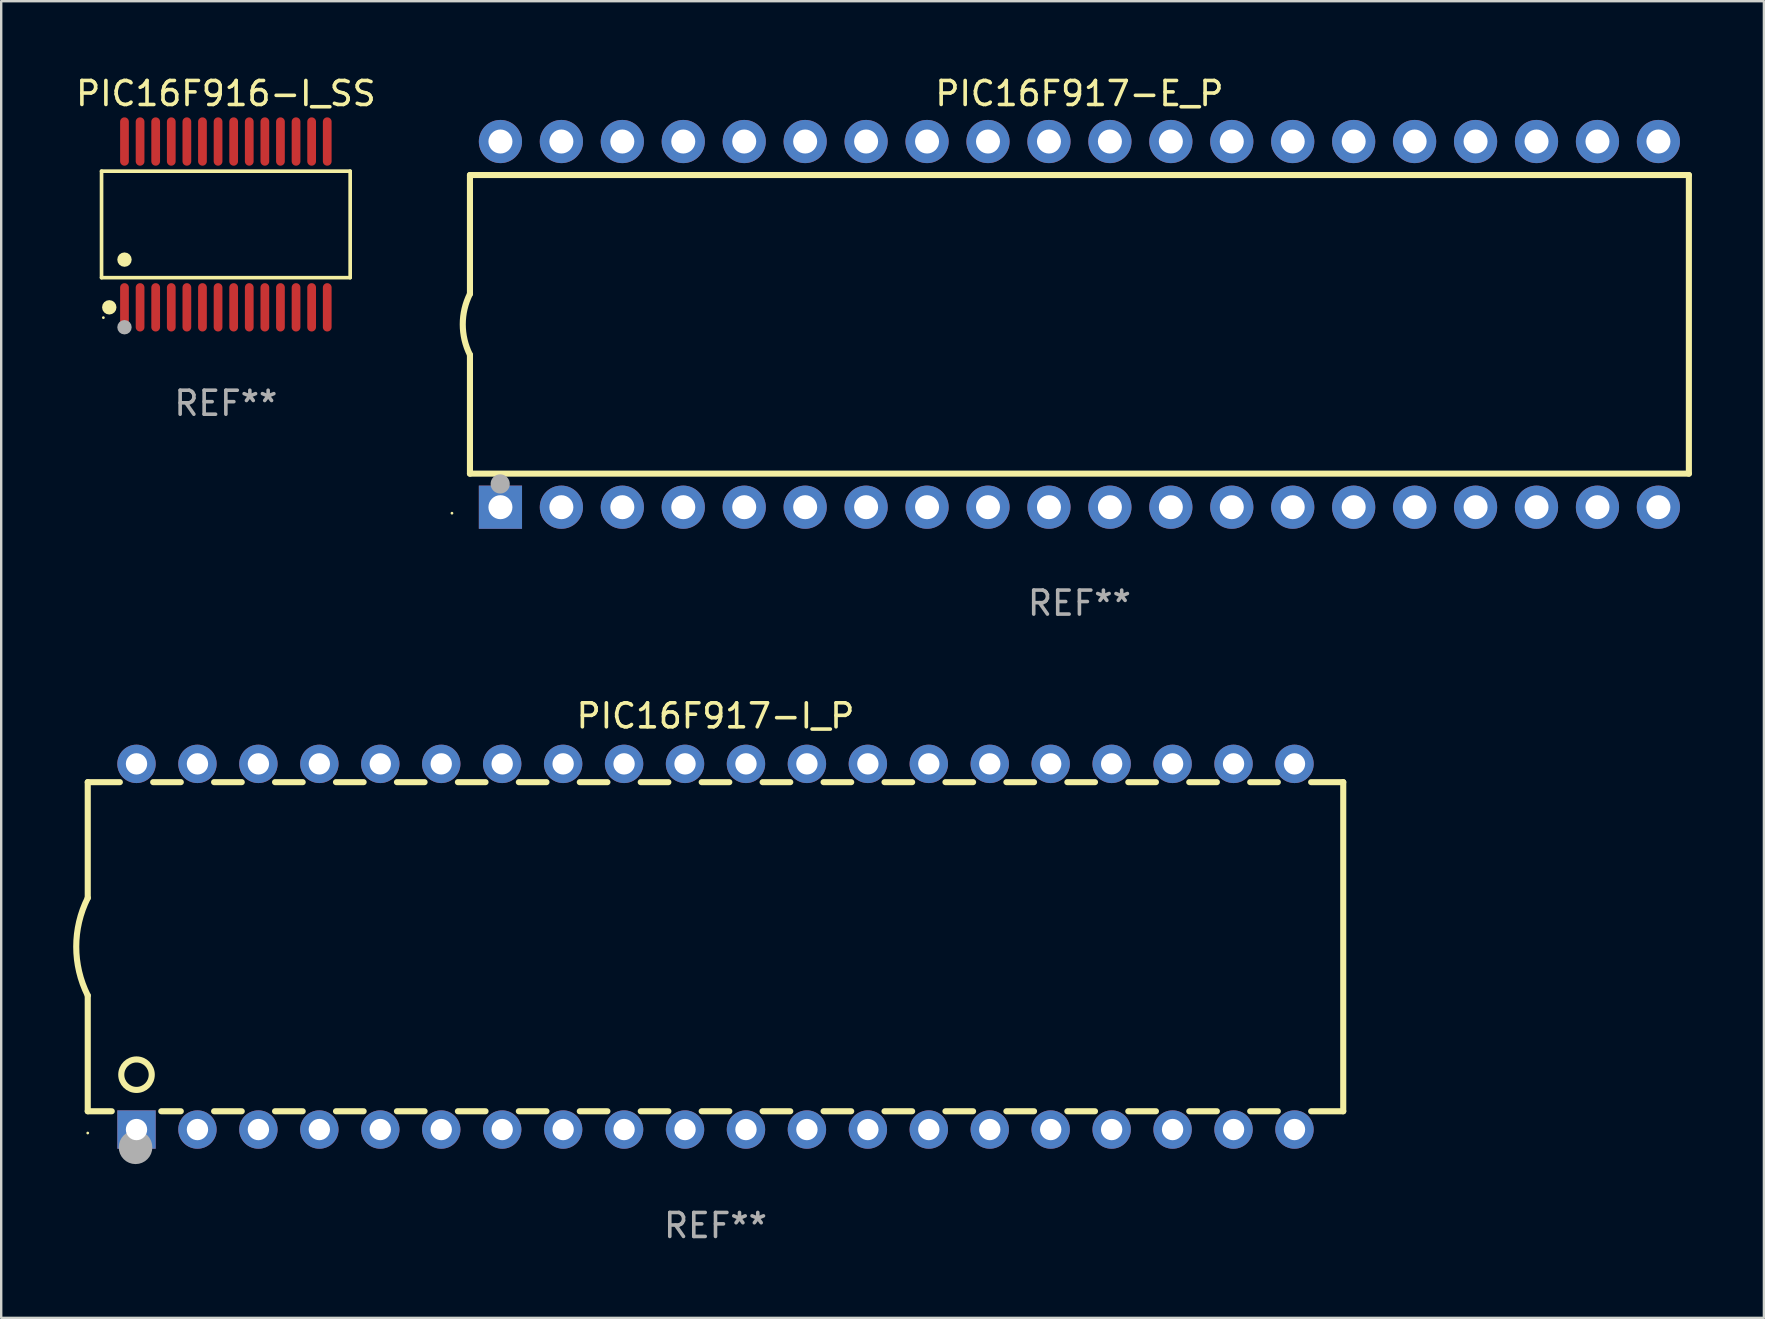
<source format=kicad_pcb>
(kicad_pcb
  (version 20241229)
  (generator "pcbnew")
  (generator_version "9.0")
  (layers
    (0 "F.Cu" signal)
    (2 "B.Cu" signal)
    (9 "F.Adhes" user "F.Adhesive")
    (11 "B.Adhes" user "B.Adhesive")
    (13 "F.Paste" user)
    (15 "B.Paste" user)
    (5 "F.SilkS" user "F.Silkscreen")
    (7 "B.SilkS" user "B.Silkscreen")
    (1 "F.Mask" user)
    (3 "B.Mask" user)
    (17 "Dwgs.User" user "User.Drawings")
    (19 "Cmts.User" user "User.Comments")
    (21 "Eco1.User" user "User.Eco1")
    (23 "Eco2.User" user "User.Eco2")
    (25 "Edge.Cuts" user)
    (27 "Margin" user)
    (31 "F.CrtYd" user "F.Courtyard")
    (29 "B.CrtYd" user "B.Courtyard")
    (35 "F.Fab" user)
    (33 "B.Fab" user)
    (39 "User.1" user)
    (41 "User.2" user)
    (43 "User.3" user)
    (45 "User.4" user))
  (footprint "PIC16F916-I_SS"
    (layer "F.Cu")
    (at 6.363 6.303)
    (property "Reference" "PIC16F916-I_SS" (at 0 -5.455 0) (layer "F.SilkS") (effects (font (size 1 1) (thickness 0.15))))
    (attr through_hole)
    (fp_line (start -5.181 -2.219) (end 5.181 -2.219) (stroke (width 0.152) (type solid)) (layer "F.SilkS"))
    (fp_line (start -5.181 2.219) (end -5.181 -2.219) (stroke (width 0.152) (type solid)) (layer "F.SilkS"))
    (fp_line (start 5.181 -2.219) (end 5.181 2.219) (stroke (width 0.152) (type solid)) (layer "F.SilkS"))
    (fp_line (start 5.181 2.219) (end -5.181 2.219) (stroke (width 0.152) (type solid)) (layer "F.SilkS"))
    (fp_circle (center -5.105 3.885) (end -5.075 3.885) (stroke (width 0.06) (type solid)) (fill no) (layer "F.SilkS"))
    (fp_circle (center -4.859 3.455) (end -4.709 3.455) (stroke (width 0.3) (type solid)) (fill no) (layer "F.SilkS"))
    (fp_circle (center -4.225 1.467) (end -4.075 1.467) (stroke (width 0.3) (type solid)) (fill no) (layer "F.SilkS"))
    (fp_circle (center -4.225 4.285) (end -4.075 4.285) (stroke (width 0.3) (type solid)) (fill no) (layer "F.Fab"))
    (fp_text user "REF**" (at 0 7.455 0) (layer "F.Fab") (effects (font (size 1 1) (thickness 0.15))))
    (pad "1" smd oval (at -4.225 3.455) (size 0.364 2.015) (layers "F.Cu" "F.Mask" "F.Paste"))
    (pad "2" smd oval (at -3.575 3.455) (size 0.364 2.015) (layers "F.Cu" "F.Mask" "F.Paste"))
    (pad "3" smd oval (at -2.925 3.455) (size 0.364 2.015) (layers "F.Cu" "F.Mask" "F.Paste"))
    (pad "4" smd oval (at -2.275 3.455) (size 0.364 2.015) (layers "F.Cu" "F.Mask" "F.Paste"))
    (pad "5" smd oval (at -1.625 3.455) (size 0.364 2.015) (layers "F.Cu" "F.Mask" "F.Paste"))
    (pad "6" smd oval (at -0.975 3.455) (size 0.364 2.015) (layers "F.Cu" "F.Mask" "F.Paste"))
    (pad "7" smd oval (at -0.325 3.455) (size 0.364 2.015) (layers "F.Cu" "F.Mask" "F.Paste"))
    (pad "8" smd oval (at 0.325 3.455) (size 0.364 2.015) (layers "F.Cu" "F.Mask" "F.Paste"))
    (pad "9" smd oval (at 0.975 3.455) (size 0.364 2.015) (layers "F.Cu" "F.Mask" "F.Paste"))
    (pad "10" smd oval (at 1.625 3.455) (size 0.364 2.015) (layers "F.Cu" "F.Mask" "F.Paste"))
    (pad "11" smd oval (at 2.275 3.455) (size 0.364 2.015) (layers "F.Cu" "F.Mask" "F.Paste"))
    (pad "12" smd oval (at 2.925 3.455) (size 0.364 2.015) (layers "F.Cu" "F.Mask" "F.Paste"))
    (pad "13" smd oval (at 3.575 3.455) (size 0.364 2.015) (layers "F.Cu" "F.Mask" "F.Paste"))
    (pad "14" smd oval (at 4.225 3.455) (size 0.364 2.015) (layers "F.Cu" "F.Mask" "F.Paste"))
    (pad "15" smd oval (at 4.225 -3.455) (size 0.364 2.015) (layers "F.Cu" "F.Mask" "F.Paste"))
    (pad "16" smd oval (at 3.575 -3.455) (size 0.364 2.015) (layers "F.Cu" "F.Mask" "F.Paste"))
    (pad "17" smd oval (at 2.925 -3.455) (size 0.364 2.015) (layers "F.Cu" "F.Mask" "F.Paste"))
    (pad "18" smd oval (at 2.275 -3.455) (size 0.364 2.015) (layers "F.Cu" "F.Mask" "F.Paste"))
    (pad "19" smd oval (at 1.625 -3.455) (size 0.364 2.015) (layers "F.Cu" "F.Mask" "F.Paste"))
    (pad "20" smd oval (at 0.975 -3.455) (size 0.364 2.015) (layers "F.Cu" "F.Mask" "F.Paste"))
    (pad "21" smd oval (at 0.325 -3.455) (size 0.364 2.015) (layers "F.Cu" "F.Mask" "F.Paste"))
    (pad "22" smd oval (at -0.325 -3.455) (size 0.364 2.015) (layers "F.Cu" "F.Mask" "F.Paste"))
    (pad "23" smd oval (at -0.975 -3.455) (size 0.364 2.015) (layers "F.Cu" "F.Mask" "F.Paste"))
    (pad "24" smd oval (at -1.625 -3.455) (size 0.364 2.015) (layers "F.Cu" "F.Mask" "F.Paste"))
    (pad "25" smd oval (at -2.275 -3.455) (size 0.364 2.015) (layers "F.Cu" "F.Mask" "F.Paste"))
    (pad "26" smd oval (at -2.925 -3.455) (size 0.364 2.015) (layers "F.Cu" "F.Mask" "F.Paste"))
    (pad "27" smd oval (at -3.575 -3.455) (size 0.364 2.015) (layers "F.Cu" "F.Mask" "F.Paste"))
    (pad "28" smd oval (at -4.225 -3.455) (size 0.364 2.015) (layers "F.Cu" "F.Mask" "F.Paste")))
  (footprint "PIC16F917-I_P"
    (layer "F.Cu")
    (at 26.769 36.405)
    (property "Reference" "PIC16F917-I_P" (at 0 -9.62 0) (layer "F.SilkS") (effects (font (size 1 1) (thickness 0.15))))
    (attr through_hole)
    (fp_line (start -26.162 -6.858) (end -26.162 -2.032) (stroke (width 0.254) (type solid)) (layer "F.SilkS"))
    (fp_line (start -26.162 6.858) (end -26.162 2.032) (stroke (width 0.254) (type solid)) (layer "F.SilkS"))
    (fp_line (start -26.162 6.858) (end -25.161 6.858) (stroke (width 0.254) (type solid)) (layer "F.SilkS"))
    (fp_line (start -24.824 -6.858) (end -26.162 -6.858) (stroke (width 0.254) (type solid)) (layer "F.SilkS"))
    (fp_line (start -23.099 6.858) (end -22.284 6.858) (stroke (width 0.254) (type solid)) (layer "F.SilkS"))
    (fp_line (start -22.284 -6.858) (end -23.436 -6.858) (stroke (width 0.254) (type solid)) (layer "F.SilkS"))
    (fp_line (start -20.896 6.858) (end -19.744 6.858) (stroke (width 0.254) (type solid)) (layer "F.SilkS"))
    (fp_line (start -19.744 -6.858) (end -20.896 -6.858) (stroke (width 0.254) (type solid)) (layer "F.SilkS"))
    (fp_line (start -18.356 6.858) (end -17.204 6.858) (stroke (width 0.254) (type solid)) (layer "F.SilkS"))
    (fp_line (start -17.204 -6.858) (end -18.356 -6.858) (stroke (width 0.254) (type solid)) (layer "F.SilkS"))
    (fp_line (start -15.816 6.858) (end -14.664 6.858) (stroke (width 0.254) (type solid)) (layer "F.SilkS"))
    (fp_line (start -14.664 -6.858) (end -15.816 -6.858) (stroke (width 0.254) (type solid)) (layer "F.SilkS"))
    (fp_line (start -13.276 6.858) (end -12.124 6.858) (stroke (width 0.254) (type solid)) (layer "F.SilkS"))
    (fp_line (start -12.124 -6.858) (end -13.276 -6.858) (stroke (width 0.254) (type solid)) (layer "F.SilkS"))
    (fp_line (start -10.736 6.858) (end -9.584 6.858) (stroke (width 0.254) (type solid)) (layer "F.SilkS"))
    (fp_line (start -9.584 -6.858) (end -10.736 -6.858) (stroke (width 0.254) (type solid)) (layer "F.SilkS"))
    (fp_line (start -8.196 6.858) (end -7.044 6.858) (stroke (width 0.254) (type solid)) (layer "F.SilkS"))
    (fp_line (start -7.044 -6.858) (end -8.196 -6.858) (stroke (width 0.254) (type solid)) (layer "F.SilkS"))
    (fp_line (start -5.656 6.858) (end -4.504 6.858) (stroke (width 0.254) (type solid)) (layer "F.SilkS"))
    (fp_line (start -4.504 -6.858) (end -5.656 -6.858) (stroke (width 0.254) (type solid)) (layer "F.SilkS"))
    (fp_line (start -3.116 6.858) (end -1.964 6.858) (stroke (width 0.254) (type solid)) (layer "F.SilkS"))
    (fp_line (start -1.964 -6.858) (end -3.116 -6.858) (stroke (width 0.254) (type solid)) (layer "F.SilkS"))
    (fp_line (start -0.576 6.858) (end 0.576 6.858) (stroke (width 0.254) (type solid)) (layer "F.SilkS"))
    (fp_line (start 0.576 -6.858) (end -0.576 -6.858) (stroke (width 0.254) (type solid)) (layer "F.SilkS"))
    (fp_line (start 1.964 6.858) (end 3.116 6.858) (stroke (width 0.254) (type solid)) (layer "F.SilkS"))
    (fp_line (start 3.116 -6.858) (end 1.964 -6.858) (stroke (width 0.254) (type solid)) (layer "F.SilkS"))
    (fp_line (start 4.504 6.858) (end 5.656 6.858) (stroke (width 0.254) (type solid)) (layer "F.SilkS"))
    (fp_line (start 5.656 -6.858) (end 4.504 -6.858) (stroke (width 0.254) (type solid)) (layer "F.SilkS"))
    (fp_line (start 7.044 6.858) (end 8.196 6.858) (stroke (width 0.254) (type solid)) (layer "F.SilkS"))
    (fp_line (start 8.196 -6.858) (end 7.044 -6.858) (stroke (width 0.254) (type solid)) (layer "F.SilkS"))
    (fp_line (start 9.584 6.858) (end 10.736 6.858) (stroke (width 0.254) (type solid)) (layer "F.SilkS"))
    (fp_line (start 10.736 -6.858) (end 9.584 -6.858) (stroke (width 0.254) (type solid)) (layer "F.SilkS"))
    (fp_line (start 12.124 6.858) (end 13.276 6.858) (stroke (width 0.254) (type solid)) (layer "F.SilkS"))
    (fp_line (start 13.276 -6.858) (end 12.124 -6.858) (stroke (width 0.254) (type solid)) (layer "F.SilkS"))
    (fp_line (start 14.664 6.858) (end 15.816 6.858) (stroke (width 0.254) (type solid)) (layer "F.SilkS"))
    (fp_line (start 15.816 -6.858) (end 14.664 -6.858) (stroke (width 0.254) (type solid)) (layer "F.SilkS"))
    (fp_line (start 17.204 6.858) (end 18.356 6.858) (stroke (width 0.254) (type solid)) (layer "F.SilkS"))
    (fp_line (start 18.356 -6.858) (end 17.204 -6.858) (stroke (width 0.254) (type solid)) (layer "F.SilkS"))
    (fp_line (start 19.744 6.858) (end 20.896 6.858) (stroke (width 0.254) (type solid)) (layer "F.SilkS"))
    (fp_line (start 20.896 -6.858) (end 19.744 -6.858) (stroke (width 0.254) (type solid)) (layer "F.SilkS"))
    (fp_line (start 22.284 6.858) (end 23.436 6.858) (stroke (width 0.254) (type solid)) (layer "F.SilkS"))
    (fp_line (start 23.436 -6.858) (end 22.284 -6.858) (stroke (width 0.254) (type solid)) (layer "F.SilkS"))
    (fp_line (start 24.824 6.858) (end 26.162 6.858) (stroke (width 0.254) (type solid)) (layer "F.SilkS"))
    (fp_line (start 26.162 -6.858) (end 24.824 -6.858) (stroke (width 0.254) (type solid)) (layer "F.SilkS"))
    (fp_line (start 26.162 -6.858) (end 26.162 6.858) (stroke (width 0.254) (type solid)) (layer "F.SilkS"))
    (fp_arc (start -26.162052 2.032004) (mid -26.641743 0) (end -26.162052 -2.032004) (stroke (width 0.254001) (type solid)) (layer "F.SilkS"))
    (fp_circle (center -26.162 7.765) (end -26.132 7.765) (stroke (width 0.06) (type solid)) (fill no) (layer "F.SilkS"))
    (fp_circle (center -24.13 5.334) (end -23.495 5.334) (stroke (width 0.254) (type solid)) (fill no) (layer "F.SilkS"))
    (fp_circle (center -24.17 8.36) (end -23.82 8.36) (stroke (width 0.7) (type solid)) (fill no) (layer "F.Fab"))
    (fp_text user "REF**" (at 0 11.62 0) (layer "F.Fab") (effects (font (size 1 1) (thickness 0.15))))
    (pad "1" thru_hole rect (at -24.13 7.62) (size 1.6 1.6) (drill 0.889) (layers "*.Cu" "*.Mask"))
    (pad "2" thru_hole circle (at -21.59 7.62) (size 1.6 1.6) (drill 0.889) (layers "*.Cu" "*.Mask"))
    (pad "3" thru_hole circle (at -19.05 7.62) (size 1.6 1.6) (drill 0.889) (layers "*.Cu" "*.Mask"))
    (pad "4" thru_hole circle (at -16.51 7.62) (size 1.6 1.6) (drill 0.889) (layers "*.Cu" "*.Mask"))
    (pad "5" thru_hole circle (at -13.97 7.62) (size 1.6 1.6) (drill 0.889) (layers "*.Cu" "*.Mask"))
    (pad "6" thru_hole circle (at -11.43 7.62) (size 1.6 1.6) (drill 0.889) (layers "*.Cu" "*.Mask"))
    (pad "7" thru_hole circle (at -8.89 7.62) (size 1.6 1.6) (drill 0.889) (layers "*.Cu" "*.Mask"))
    (pad "8" thru_hole circle (at -6.35 7.62) (size 1.6 1.6) (drill 0.889) (layers "*.Cu" "*.Mask"))
    (pad "9" thru_hole circle (at -3.81 7.62) (size 1.6 1.6) (drill 0.889) (layers "*.Cu" "*.Mask"))
    (pad "10" thru_hole circle (at -1.27 7.62) (size 1.6 1.6) (drill 0.889) (layers "*.Cu" "*.Mask"))
    (pad "11" thru_hole circle (at 1.27 7.62) (size 1.6 1.6) (drill 0.889) (layers "*.Cu" "*.Mask"))
    (pad "12" thru_hole circle (at 3.81 7.62) (size 1.6 1.6) (drill 0.889) (layers "*.Cu" "*.Mask"))
    (pad "13" thru_hole circle (at 6.35 7.62) (size 1.6 1.6) (drill 0.889) (layers "*.Cu" "*.Mask"))
    (pad "14" thru_hole circle (at 8.89 7.62) (size 1.6 1.6) (drill 0.889) (layers "*.Cu" "*.Mask"))
    (pad "15" thru_hole circle (at 11.43 7.62) (size 1.6 1.6) (drill 0.889) (layers "*.Cu" "*.Mask"))
    (pad "16" thru_hole circle (at 13.97 7.62) (size 1.6 1.6) (drill 0.889) (layers "*.Cu" "*.Mask"))
    (pad "17" thru_hole circle (at 16.51 7.62) (size 1.6 1.6) (drill 0.889) (layers "*.Cu" "*.Mask"))
    (pad "18" thru_hole circle (at 19.05 7.62) (size 1.6 1.6) (drill 0.889) (layers "*.Cu" "*.Mask"))
    (pad "19" thru_hole circle (at 21.59 7.62) (size 1.6 1.6) (drill 0.889) (layers "*.Cu" "*.Mask"))
    (pad "20" thru_hole circle (at 24.13 7.62) (size 1.6 1.6) (drill 0.889) (layers "*.Cu" "*.Mask"))
    (pad "21" thru_hole circle (at 24.13 -7.62) (size 1.6 1.6) (drill 0.889) (layers "*.Cu" "*.Mask"))
    (pad "22" thru_hole circle (at 21.59 -7.62) (size 1.6 1.6) (drill 0.889) (layers "*.Cu" "*.Mask"))
    (pad "23" thru_hole circle (at 19.05 -7.62) (size 1.6 1.6) (drill 0.889) (layers "*.Cu" "*.Mask"))
    (pad "24" thru_hole circle (at 16.51 -7.62) (size 1.6 1.6) (drill 0.889) (layers "*.Cu" "*.Mask"))
    (pad "25" thru_hole circle (at 13.97 -7.62) (size 1.6 1.6) (drill 0.889) (layers "*.Cu" "*.Mask"))
    (pad "26" thru_hole circle (at 11.43 -7.62) (size 1.6 1.6) (drill 0.889) (layers "*.Cu" "*.Mask"))
    (pad "27" thru_hole circle (at 8.89 -7.62) (size 1.6 1.6) (drill 0.889) (layers "*.Cu" "*.Mask"))
    (pad "28" thru_hole circle (at 6.35 -7.62) (size 1.6 1.6) (drill 0.889) (layers "*.Cu" "*.Mask"))
    (pad "29" thru_hole circle (at 3.81 -7.62) (size 1.6 1.6) (drill 0.889) (layers "*.Cu" "*.Mask"))
    (pad "30" thru_hole circle (at 1.27 -7.62) (size 1.6 1.6) (drill 0.889) (layers "*.Cu" "*.Mask"))
    (pad "31" thru_hole circle (at -1.27 -7.62) (size 1.6 1.6) (drill 0.889) (layers "*.Cu" "*.Mask"))
    (pad "32" thru_hole circle (at -3.81 -7.62) (size 1.6 1.6) (drill 0.889) (layers "*.Cu" "*.Mask"))
    (pad "33" thru_hole circle (at -6.35 -7.62) (size 1.6 1.6) (drill 0.889) (layers "*.Cu" "*.Mask"))
    (pad "34" thru_hole circle (at -8.89 -7.62) (size 1.6 1.6) (drill 0.889) (layers "*.Cu" "*.Mask"))
    (pad "35" thru_hole circle (at -11.43 -7.62) (size 1.6 1.6) (drill 0.889) (layers "*.Cu" "*.Mask"))
    (pad "36" thru_hole circle (at -13.97 -7.62) (size 1.6 1.6) (drill 0.889) (layers "*.Cu" "*.Mask"))
    (pad "37" thru_hole circle (at -16.51 -7.62) (size 1.6 1.6) (drill 0.889) (layers "*.Cu" "*.Mask"))
    (pad "38" thru_hole circle (at -19.05 -7.62) (size 1.6 1.6) (drill 0.889) (layers "*.Cu" "*.Mask"))
    (pad "39" thru_hole circle (at -21.59 -7.62) (size 1.6 1.6) (drill 0.889) (layers "*.Cu" "*.Mask"))
    (pad "40" thru_hole circle (at -24.13 -7.62) (size 1.6 1.6) (drill 0.889) (layers "*.Cu" "*.Mask")))
  (footprint "PIC16F917-E_P"
    (layer "F.Cu")
    (at 41.936 10.468)
    (property "Reference" "PIC16F917-E_P" (at 0 -9.62 0) (layer "F.SilkS") (effects (font (size 1 1) (thickness 0.15))))
    (attr through_hole)
    (fp_line (start -25.4 -6.224) (end -25.4 -1.271) (stroke (width 0.254) (type solid)) (layer "F.SilkS"))
    (fp_line (start -25.4 -6.224) (end 25.4 -6.224) (stroke (width 0.254) (type solid)) (layer "F.SilkS"))
    (fp_line (start -25.4 1.269) (end -25.4 6.222) (stroke (width 0.254) (type solid)) (layer "F.SilkS"))
    (fp_line (start -25.4 6.222) (end 25.4 6.222) (stroke (width 0.254) (type solid)) (layer "F.SilkS"))
    (fp_line (start 25.4 6.222) (end 25.4 -6.224) (stroke (width 0.254) (type solid)) (layer "F.SilkS"))
    (fp_arc (start -25.4 1.269241) (mid -25.699807 -0.000762) (end -25.4 -1.270765) (stroke (width 0.254001) (type solid)) (layer "F.SilkS"))
    (fp_circle (center -26.15 7.87) (end -26.12 7.87) (stroke (width 0.06) (type solid)) (fill no) (layer "F.SilkS"))
    (fp_circle (center -24.14 6.65) (end -23.94 6.65) (stroke (width 0.4) (type solid)) (fill no) (layer "F.Fab"))
    (fp_text user "REF**" (at 0 11.62 0) (layer "F.Fab") (effects (font (size 1 1) (thickness 0.15))))
    (pad "1" thru_hole rect (at -24.13 7.62 90) (size 1.8 1.8) (drill 1) (layers "*.Cu" "*.Mask"))
    (pad "2" thru_hole circle (at -21.59 7.62) (size 1.8 1.8) (drill 1) (layers "*.Cu" "*.Mask"))
    (pad "3" thru_hole circle (at -19.05 7.62) (size 1.8 1.8) (drill 1) (layers "*.Cu" "*.Mask"))
    (pad "4" thru_hole circle (at -16.51 7.62) (size 1.8 1.8) (drill 1) (layers "*.Cu" "*.Mask"))
    (pad "5" thru_hole circle (at -13.97 7.62) (size 1.8 1.8) (drill 1) (layers "*.Cu" "*.Mask"))
    (pad "6" thru_hole circle (at -11.43 7.62) (size 1.8 1.8) (drill 1) (layers "*.Cu" "*.Mask"))
    (pad "7" thru_hole circle (at -8.89 7.62) (size 1.8 1.8) (drill 1) (layers "*.Cu" "*.Mask"))
    (pad "8" thru_hole circle (at -6.35 7.62) (size 1.8 1.8) (drill 1) (layers "*.Cu" "*.Mask"))
    (pad "9" thru_hole circle (at -3.81 7.62) (size 1.8 1.8) (drill 1) (layers "*.Cu" "*.Mask"))
    (pad "10" thru_hole circle (at -1.27 7.62) (size 1.8 1.8) (drill 1) (layers "*.Cu" "*.Mask"))
    (pad "11" thru_hole circle (at 1.27 7.62) (size 1.8 1.8) (drill 1) (layers "*.Cu" "*.Mask"))
    (pad "12" thru_hole circle (at 3.81 7.62) (size 1.8 1.8) (drill 1) (layers "*.Cu" "*.Mask"))
    (pad "13" thru_hole circle (at 6.35 7.62) (size 1.8 1.8) (drill 1) (layers "*.Cu" "*.Mask"))
    (pad "14" thru_hole circle (at 8.89 7.62) (size 1.8 1.8) (drill 1) (layers "*.Cu" "*.Mask"))
    (pad "15" thru_hole circle (at 11.43 7.62) (size 1.8 1.8) (drill 1) (layers "*.Cu" "*.Mask"))
    (pad "16" thru_hole circle (at 13.97 7.62) (size 1.8 1.8) (drill 1) (layers "*.Cu" "*.Mask"))
    (pad "17" thru_hole circle (at 16.51 7.62) (size 1.8 1.8) (drill 1) (layers "*.Cu" "*.Mask"))
    (pad "18" thru_hole circle (at 19.05 7.62) (size 1.8 1.8) (drill 1) (layers "*.Cu" "*.Mask"))
    (pad "19" thru_hole circle (at 21.59 7.62) (size 1.8 1.8) (drill 1) (layers "*.Cu" "*.Mask"))
    (pad "20" thru_hole circle (at 24.13 7.62) (size 1.8 1.8) (drill 1) (layers "*.Cu" "*.Mask"))
    (pad "21" thru_hole circle (at 24.13 -7.62) (size 1.8 1.8) (drill 1) (layers "*.Cu" "*.Mask"))
    (pad "22" thru_hole circle (at 21.59 -7.62) (size 1.8 1.8) (drill 1) (layers "*.Cu" "*.Mask"))
    (pad "23" thru_hole circle (at 19.05 -7.62) (size 1.8 1.8) (drill 1) (layers "*.Cu" "*.Mask"))
    (pad "24" thru_hole circle (at 16.51 -7.62) (size 1.8 1.8) (drill 1) (layers "*.Cu" "*.Mask"))
    (pad "25" thru_hole circle (at 13.97 -7.62) (size 1.8 1.8) (drill 1) (layers "*.Cu" "*.Mask"))
    (pad "26" thru_hole circle (at 11.43 -7.62) (size 1.8 1.8) (drill 1) (layers "*.Cu" "*.Mask"))
    (pad "27" thru_hole circle (at 8.89 -7.62) (size 1.8 1.8) (drill 1) (layers "*.Cu" "*.Mask"))
    (pad "28" thru_hole circle (at 6.35 -7.62) (size 1.8 1.8) (drill 1) (layers "*.Cu" "*.Mask"))
    (pad "29" thru_hole circle (at 3.81 -7.62) (size 1.8 1.8) (drill 1) (layers "*.Cu" "*.Mask"))
    (pad "30" thru_hole circle (at 1.27 -7.62) (size 1.8 1.8) (drill 1) (layers "*.Cu" "*.Mask"))
    (pad "31" thru_hole circle (at -1.27 -7.62) (size 1.8 1.8) (drill 1) (layers "*.Cu" "*.Mask"))
    (pad "32" thru_hole circle (at -3.81 -7.62) (size 1.8 1.8) (drill 1) (layers "*.Cu" "*.Mask"))
    (pad "33" thru_hole circle (at -6.35 -7.62) (size 1.8 1.8) (drill 1) (layers "*.Cu" "*.Mask"))
    (pad "34" thru_hole circle (at -8.89 -7.62) (size 1.8 1.8) (drill 1) (layers "*.Cu" "*.Mask"))
    (pad "35" thru_hole circle (at -11.43 -7.62) (size 1.8 1.8) (drill 1) (layers "*.Cu" "*.Mask"))
    (pad "36" thru_hole circle (at -13.97 -7.62) (size 1.8 1.8) (drill 1) (layers "*.Cu" "*.Mask"))
    (pad "37" thru_hole circle (at -16.51 -7.62) (size 1.8 1.8) (drill 1) (layers "*.Cu" "*.Mask"))
    (pad "38" thru_hole circle (at -19.05 -7.62) (size 1.8 1.8) (drill 1) (layers "*.Cu" "*.Mask"))
    (pad "39" thru_hole circle (at -21.59 -7.62) (size 1.8 1.8) (drill 1) (layers "*.Cu" "*.Mask"))
    (pad "40" thru_hole circle (at -24.13 -7.62) (size 1.8 1.8) (drill 1) (layers "*.Cu" "*.Mask")))
  (gr_rect
    (start -3 -3)
    (end 70.463 51.873)
    (stroke (width 0.1) (type default))
    (fill no)
    (layer "Edge.Cuts")))
</source>
